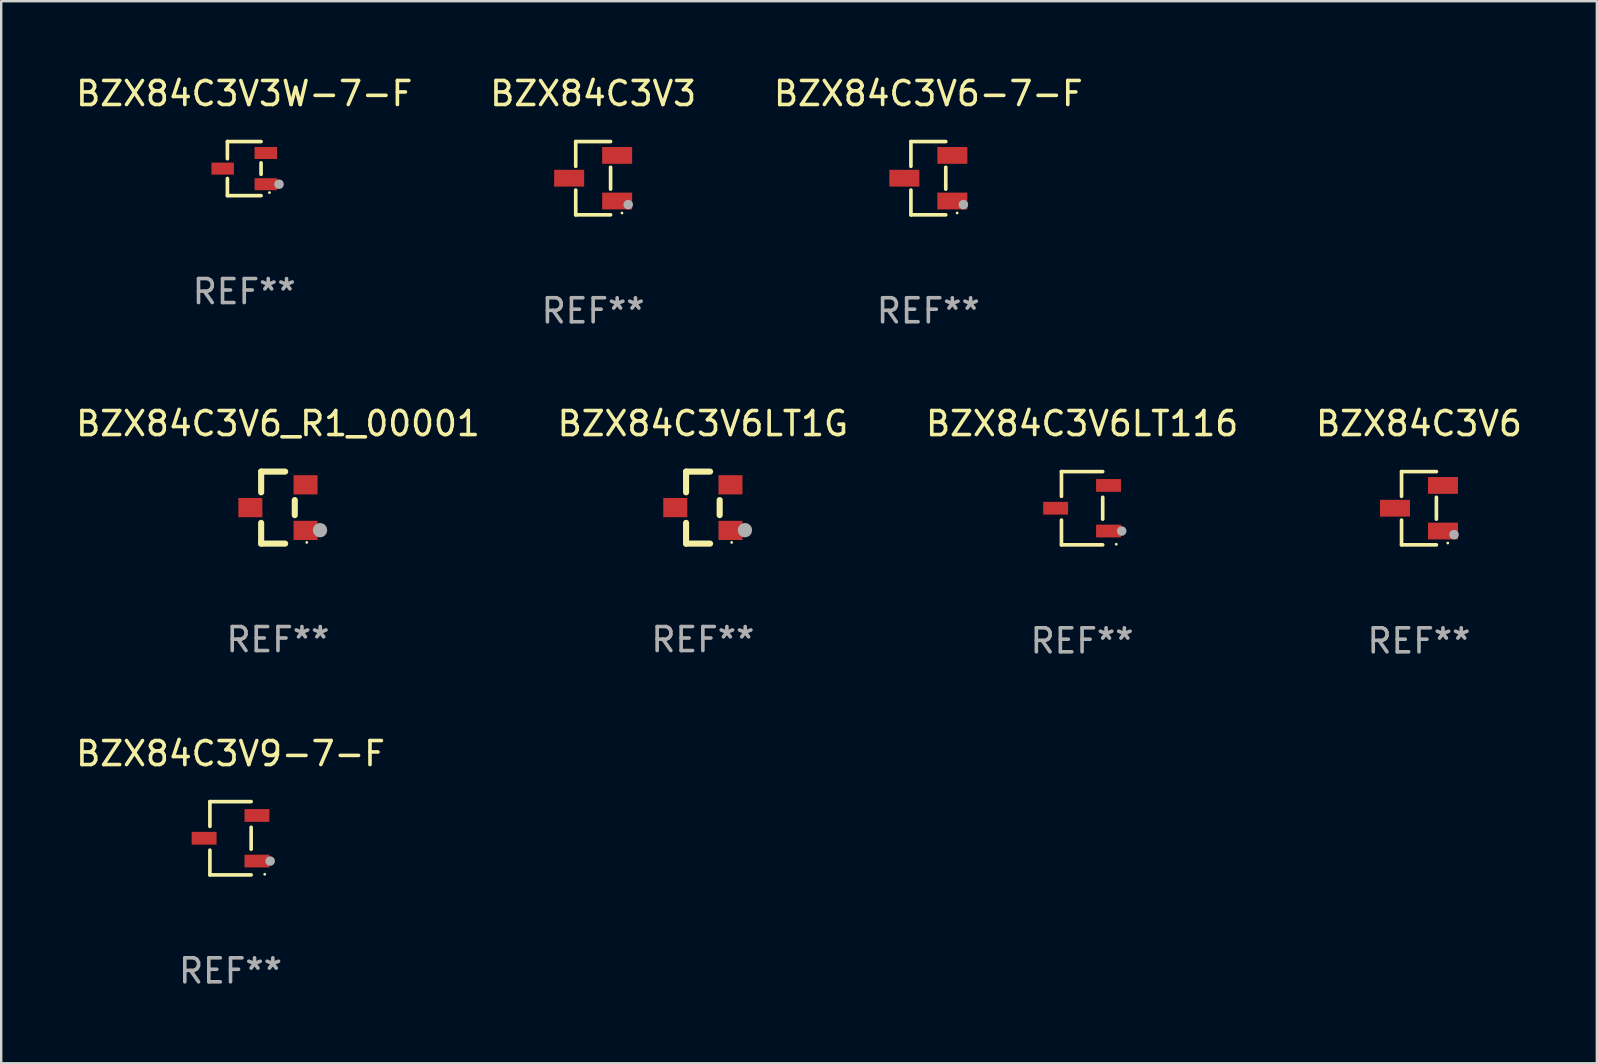
<source format=kicad_pcb>
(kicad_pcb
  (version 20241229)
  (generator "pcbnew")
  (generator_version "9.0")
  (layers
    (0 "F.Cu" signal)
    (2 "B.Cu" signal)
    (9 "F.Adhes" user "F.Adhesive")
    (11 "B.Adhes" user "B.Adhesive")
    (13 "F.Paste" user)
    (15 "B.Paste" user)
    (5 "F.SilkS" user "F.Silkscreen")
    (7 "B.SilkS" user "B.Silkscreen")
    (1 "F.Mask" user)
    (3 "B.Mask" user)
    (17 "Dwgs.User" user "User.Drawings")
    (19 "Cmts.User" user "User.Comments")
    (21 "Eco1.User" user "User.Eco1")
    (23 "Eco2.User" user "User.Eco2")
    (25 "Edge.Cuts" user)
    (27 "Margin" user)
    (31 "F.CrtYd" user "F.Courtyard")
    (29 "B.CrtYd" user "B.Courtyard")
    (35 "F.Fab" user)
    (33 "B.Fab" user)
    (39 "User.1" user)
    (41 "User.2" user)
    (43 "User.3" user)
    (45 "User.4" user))
  (footprint "BZX84C3V6LT116"
    (layer "F.Cu")
    (at 42.03 18.123)
    (property "Reference" "BZX84C3V6LT116" (at 0 -3.526 0) (layer "F.SilkS") (effects (font (size 1 1) (thickness 0.15))))
    (attr through_hole)
    (fp_line (start -0.859 -1.526) (end -0.859 -0.495) (stroke (width 0.152) (type solid)) (layer "F.SilkS"))
    (fp_line (start -0.859 1.526) (end -0.859 0.495) (stroke (width 0.152) (type solid)) (layer "F.SilkS"))
    (fp_line (start 0.859 -1.526) (end -0.859 -1.526) (stroke (width 0.152) (type solid)) (layer "F.SilkS"))
    (fp_line (start 0.859 -0.455) (end 0.859 0.455) (stroke (width 0.152) (type solid)) (layer "F.SilkS"))
    (fp_line (start 0.859 1.526) (end -0.859 1.526) (stroke (width 0.152) (type solid)) (layer "F.SilkS"))
    (fp_circle (center 1.425 1.5) (end 1.455 1.5) (stroke (width 0.06) (type solid)) (fill no) (layer "F.SilkS"))
    (fp_circle (center 1.65 0.95) (end 1.75 0.95) (stroke (width 0.2) (type solid)) (fill no) (layer "F.Fab"))
    (fp_text user "REF**" (at 0 5.526 0) (layer "F.Fab") (effects (font (size 1 1) (thickness 0.15))))
    (pad "1" smd rect (at 1.101 0.95) (size 1.037 0.532) (layers "F.Cu" "F.Mask" "F.Paste"))
    (pad "2" smd rect (at 1.101 -0.95) (size 1.037 0.532) (layers "F.Cu" "F.Mask" "F.Paste"))
    (pad "3" smd rect (at -1.101 0) (size 1.037 0.532) (layers "F.Cu" "F.Mask" "F.Paste")))
  (footprint "BZX84C3V6-7-F"
    (layer "F.Cu")
    (at 35.625 4.374)
    (property "Reference" "BZX84C3V6-7-F" (at 0 -3.526 0) (layer "F.SilkS") (effects (font (size 1 1) (thickness 0.15))))
    (attr through_hole)
    (fp_line (start -0.726 -1.526) (end -0.726 -0.495) (stroke (width 0.152) (type solid)) (layer "F.SilkS"))
    (fp_line (start -0.726 1.526) (end -0.726 0.495) (stroke (width 0.152) (type solid)) (layer "F.SilkS"))
    (fp_line (start 0.726 -1.526) (end -0.726 -1.526) (stroke (width 0.152) (type solid)) (layer "F.SilkS"))
    (fp_line (start 0.726 -0.455) (end 0.726 0.455) (stroke (width 0.152) (type solid)) (layer "F.SilkS"))
    (fp_line (start 0.726 1.526) (end -0.726 1.526) (stroke (width 0.152) (type solid)) (layer "F.SilkS"))
    (fp_circle (center 1.2 1.45) (end 1.23 1.45) (stroke (width 0.06) (type solid)) (fill no) (layer "F.SilkS"))
    (fp_circle (center 1.46 1.1) (end 1.56 1.1) (stroke (width 0.2) (type solid)) (fill no) (layer "F.Fab"))
    (fp_text user "REF**" (at 0 5.526 0) (layer "F.Fab") (effects (font (size 1 1) (thickness 0.15))))
    (pad "1" smd rect (at 1 0.95) (size 1.25 0.7) (layers "F.Cu" "F.Mask" "F.Paste"))
    (pad "2" smd rect (at 1 -0.95) (size 1.25 0.7) (layers "F.Cu" "F.Mask" "F.Paste"))
    (pad "3" smd rect (at -1 0) (size 1.25 0.7) (layers "F.Cu" "F.Mask" "F.Paste")))
  (footprint "BZX84C3V3W-7-F"
    (layer "F.Cu")
    (at 7.125 3.974)
    (property "Reference" "BZX84C3V3W-7-F" (at 0 -3.126 0) (layer "F.SilkS") (effects (font (size 1 1) (thickness 0.15))))
    (attr through_hole)
    (fp_line (start -0.701 -1.126) (end -0.701 -0.411) (stroke (width 0.152) (type solid)) (layer "F.SilkS"))
    (fp_line (start -0.701 1.126) (end -0.701 0.411) (stroke (width 0.152) (type solid)) (layer "F.SilkS"))
    (fp_line (start 0.701 -1.126) (end -0.701 -1.126) (stroke (width 0.152) (type solid)) (layer "F.SilkS"))
    (fp_line (start 0.701 -0.239) (end 0.701 0.239) (stroke (width 0.152) (type solid)) (layer "F.SilkS"))
    (fp_line (start 0.701 1.126) (end -0.701 1.126) (stroke (width 0.152) (type solid)) (layer "F.SilkS"))
    (fp_circle (center 1.05 1) (end 1.08 1) (stroke (width 0.06) (type solid)) (fill no) (layer "F.SilkS"))
    (fp_circle (center 1.45 0.65) (end 1.55 0.65) (stroke (width 0.2) (type solid)) (fill no) (layer "F.Fab"))
    (fp_text user "REF**" (at 0 5.126 0) (layer "F.Fab") (effects (font (size 1 1) (thickness 0.15))))
    (pad "1" smd rect (at 0.898 0.65) (size 0.936 0.5) (layers "F.Cu" "F.Mask" "F.Paste"))
    (pad "2" smd rect (at 0.898 -0.65) (size 0.936 0.5) (layers "F.Cu" "F.Mask" "F.Paste"))
    (pad "3" smd rect (at -0.898 0) (size 0.936 0.5) (layers "F.Cu" "F.Mask" "F.Paste")))
  (footprint "BZX84C3V3"
    (layer "F.Cu")
    (at 21.661 4.374)
    (property "Reference" "BZX84C3V3" (at 0 -3.526 0) (layer "F.SilkS") (effects (font (size 1 1) (thickness 0.15))))
    (attr through_hole)
    (fp_line (start -0.726 -1.526) (end -0.726 -0.495) (stroke (width 0.152) (type solid)) (layer "F.SilkS"))
    (fp_line (start -0.726 1.526) (end -0.726 0.495) (stroke (width 0.152) (type solid)) (layer "F.SilkS"))
    (fp_line (start 0.726 -1.526) (end -0.726 -1.526) (stroke (width 0.152) (type solid)) (layer "F.SilkS"))
    (fp_line (start 0.726 -0.455) (end 0.726 0.455) (stroke (width 0.152) (type solid)) (layer "F.SilkS"))
    (fp_line (start 0.726 1.526) (end -0.726 1.526) (stroke (width 0.152) (type solid)) (layer "F.SilkS"))
    (fp_circle (center 1.2 1.45) (end 1.23 1.45) (stroke (width 0.06) (type solid)) (fill no) (layer "F.SilkS"))
    (fp_circle (center 1.46 1.1) (end 1.56 1.1) (stroke (width 0.2) (type solid)) (fill no) (layer "F.Fab"))
    (fp_text user "REF**" (at 0 5.526 0) (layer "F.Fab") (effects (font (size 1 1) (thickness 0.15))))
    (pad "1" smd rect (at 1 0.95) (size 1.25 0.7) (layers "F.Cu" "F.Mask" "F.Paste"))
    (pad "2" smd rect (at 1 -0.95) (size 1.25 0.7) (layers "F.Cu" "F.Mask" "F.Paste"))
    (pad "3" smd rect (at -1 0) (size 1.25 0.7) (layers "F.Cu" "F.Mask" "F.Paste")))
  (footprint "BZX84C3V6_R1_00001"
    (layer "F.Cu")
    (at 8.53 18.097)
    (property "Reference" "BZX84C3V6_R1_00001" (at 0 -3.5 0) (layer "F.SilkS") (effects (font (size 1 1) (thickness 0.15))))
    (attr through_hole)
    (fp_line (start -0.7 -1.5) (end 0.3 -1.5) (stroke (width 0.254) (type solid)) (layer "F.SilkS"))
    (fp_line (start -0.7 -0.636) (end -0.7 -1.5) (stroke (width 0.254) (type solid)) (layer "F.SilkS"))
    (fp_line (start -0.7 1.5) (end -0.7 0.636) (stroke (width 0.254) (type solid)) (layer "F.SilkS"))
    (fp_line (start -0.7 1.5) (end 0.3 1.5) (stroke (width 0.254) (type solid)) (layer "F.SilkS"))
    (fp_line (start 0.7 0.314) (end 0.7 -0.314) (stroke (width 0.254) (type solid)) (layer "F.SilkS"))
    (fp_circle (center 1.2 1.45) (end 1.23 1.45) (stroke (width 0.06) (type solid)) (fill no) (layer "F.SilkS"))
    (fp_circle (center 1.753 0.94) (end 1.903 0.94) (stroke (width 0.3) (type solid)) (fill no) (layer "F.Fab"))
    (fp_text user "REF**" (at 0 5.5 0) (layer "F.Fab") (effects (font (size 1 1) (thickness 0.15))))
    (pad "1" smd rect (at 1.15 0.95 180) (size 1 0.8) (layers "F.Cu" "F.Mask" "F.Paste"))
    (pad "2" smd rect (at 1.15 -0.95 180) (size 1 0.8) (layers "F.Cu" "F.Mask" "F.Paste"))
    (pad "3" smd rect (at -1.15 -0.000051 180) (size 1 0.8) (layers "F.Cu" "F.Mask" "F.Paste")))
  (footprint "BZX84C3V6LT1G"
    (layer "F.Cu")
    (at 26.232 18.097)
    (property "Reference" "BZX84C3V6LT1G" (at 0 -3.5 0) (layer "F.SilkS") (effects (font (size 1 1) (thickness 0.15))))
    (attr through_hole)
    (fp_line (start -0.7 -1.5) (end 0.3 -1.5) (stroke (width 0.254) (type solid)) (layer "F.SilkS"))
    (fp_line (start -0.7 -0.636) (end -0.7 -1.5) (stroke (width 0.254) (type solid)) (layer "F.SilkS"))
    (fp_line (start -0.7 1.5) (end -0.7 0.636) (stroke (width 0.254) (type solid)) (layer "F.SilkS"))
    (fp_line (start -0.7 1.5) (end 0.3 1.5) (stroke (width 0.254) (type solid)) (layer "F.SilkS"))
    (fp_line (start 0.7 0.314) (end 0.7 -0.314) (stroke (width 0.254) (type solid)) (layer "F.SilkS"))
    (fp_circle (center 1.2 1.45) (end 1.23 1.45) (stroke (width 0.06) (type solid)) (fill no) (layer "F.SilkS"))
    (fp_circle (center 1.753 0.94) (end 1.903 0.94) (stroke (width 0.3) (type solid)) (fill no) (layer "F.Fab"))
    (fp_text user "REF**" (at 0 5.5 0) (layer "F.Fab") (effects (font (size 1 1) (thickness 0.15))))
    (pad "1" smd rect (at 1.15 0.95 180) (size 1 0.8) (layers "F.Cu" "F.Mask" "F.Paste"))
    (pad "2" smd rect (at 1.15 -0.95 180) (size 1 0.8) (layers "F.Cu" "F.Mask" "F.Paste"))
    (pad "3" smd rect (at -1.15 -0.000051 180) (size 1 0.8) (layers "F.Cu" "F.Mask" "F.Paste")))
  (footprint "BZX84C3V6"
    (layer "F.Cu")
    (at 56.065 18.123)
    (property "Reference" "BZX84C3V6" (at 0 -3.526 0) (layer "F.SilkS") (effects (font (size 1 1) (thickness 0.15))))
    (attr through_hole)
    (fp_line (start -0.726 -1.526) (end -0.726 -0.495) (stroke (width 0.152) (type solid)) (layer "F.SilkS"))
    (fp_line (start -0.726 1.526) (end -0.726 0.495) (stroke (width 0.152) (type solid)) (layer "F.SilkS"))
    (fp_line (start 0.726 -1.526) (end -0.726 -1.526) (stroke (width 0.152) (type solid)) (layer "F.SilkS"))
    (fp_line (start 0.726 -0.455) (end 0.726 0.455) (stroke (width 0.152) (type solid)) (layer "F.SilkS"))
    (fp_line (start 0.726 1.526) (end -0.726 1.526) (stroke (width 0.152) (type solid)) (layer "F.SilkS"))
    (fp_circle (center 1.2 1.45) (end 1.23 1.45) (stroke (width 0.06) (type solid)) (fill no) (layer "F.SilkS"))
    (fp_circle (center 1.46 1.1) (end 1.56 1.1) (stroke (width 0.2) (type solid)) (fill no) (layer "F.Fab"))
    (fp_text user "REF**" (at 0 5.526 0) (layer "F.Fab") (effects (font (size 1 1) (thickness 0.15))))
    (pad "1" smd rect (at 1 0.95) (size 1.25 0.7) (layers "F.Cu" "F.Mask" "F.Paste"))
    (pad "2" smd rect (at 1 -0.95) (size 1.25 0.7) (layers "F.Cu" "F.Mask" "F.Paste"))
    (pad "3" smd rect (at -1 0) (size 1.25 0.7) (layers "F.Cu" "F.Mask" "F.Paste")))
  (footprint "BZX84C3V9-7-F"
    (layer "F.Cu")
    (at 6.554 31.872)
    (property "Reference" "BZX84C3V9-7-F" (at 0 -3.526 0) (layer "F.SilkS") (effects (font (size 1 1) (thickness 0.15))))
    (attr through_hole)
    (fp_line (start -0.859 -1.526) (end -0.859 -0.495) (stroke (width 0.152) (type solid)) (layer "F.SilkS"))
    (fp_line (start -0.859 1.526) (end -0.859 0.495) (stroke (width 0.152) (type solid)) (layer "F.SilkS"))
    (fp_line (start 0.859 -1.526) (end -0.859 -1.526) (stroke (width 0.152) (type solid)) (layer "F.SilkS"))
    (fp_line (start 0.859 -0.455) (end 0.859 0.455) (stroke (width 0.152) (type solid)) (layer "F.SilkS"))
    (fp_line (start 0.859 1.526) (end -0.859 1.526) (stroke (width 0.152) (type solid)) (layer "F.SilkS"))
    (fp_circle (center 1.425 1.5) (end 1.455 1.5) (stroke (width 0.06) (type solid)) (fill no) (layer "F.SilkS"))
    (fp_circle (center 1.65 0.95) (end 1.75 0.95) (stroke (width 0.2) (type solid)) (fill no) (layer "F.Fab"))
    (fp_text user "REF**" (at 0 5.526 0) (layer "F.Fab") (effects (font (size 1 1) (thickness 0.15))))
    (pad "1" smd rect (at 1.101 0.95) (size 1.037 0.532) (layers "F.Cu" "F.Mask" "F.Paste"))
    (pad "2" smd rect (at 1.101 -0.95) (size 1.037 0.532) (layers "F.Cu" "F.Mask" "F.Paste"))
    (pad "3" smd rect (at -1.101 0) (size 1.037 0.532) (layers "F.Cu" "F.Mask" "F.Paste")))
  (gr_rect
    (start -3 -3)
    (end 63.476 41.247)
    (stroke (width 0.1) (type default))
    (fill no)
    (layer "Edge.Cuts")))
</source>
